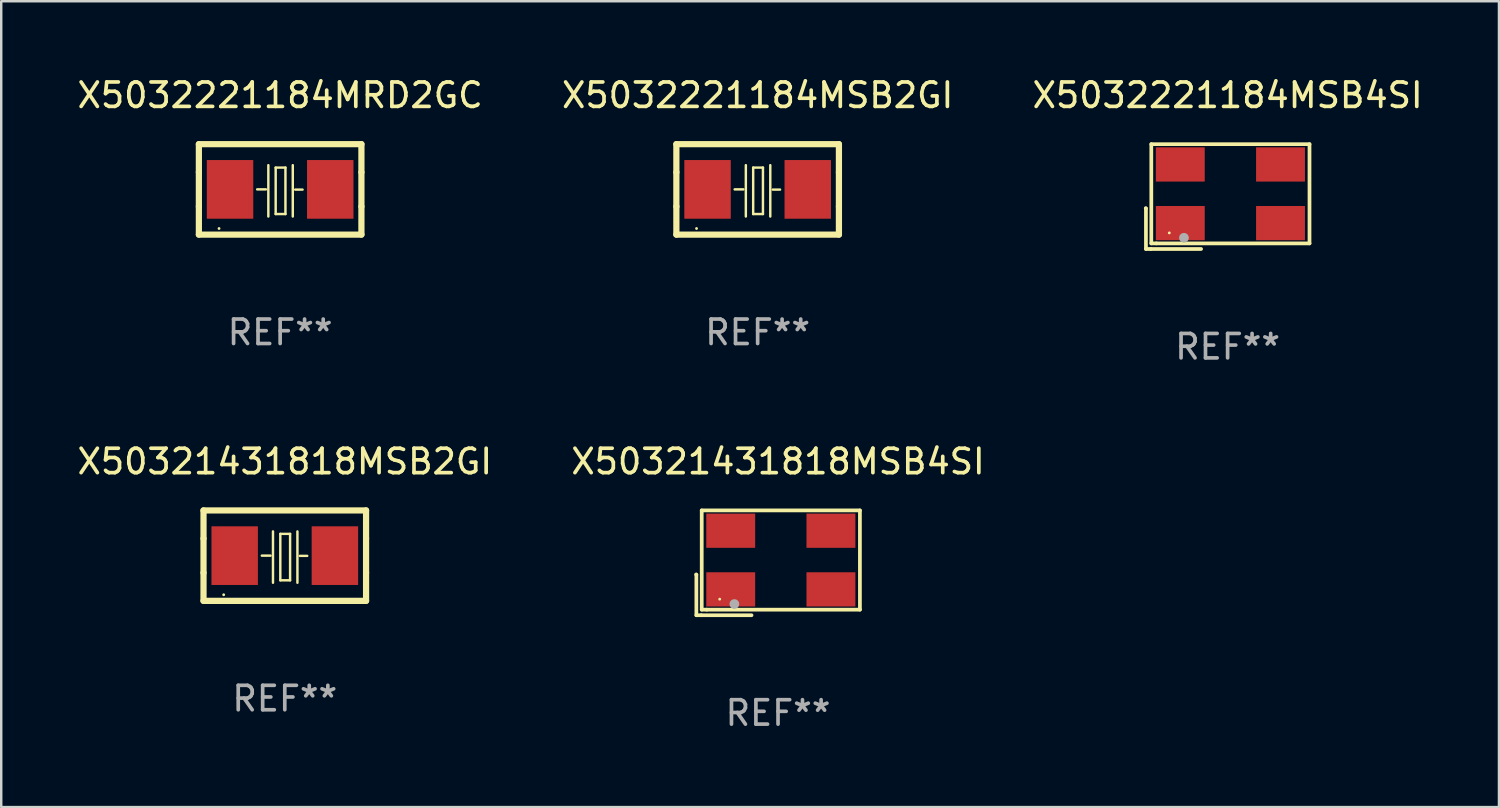
<source format=kicad_pcb>
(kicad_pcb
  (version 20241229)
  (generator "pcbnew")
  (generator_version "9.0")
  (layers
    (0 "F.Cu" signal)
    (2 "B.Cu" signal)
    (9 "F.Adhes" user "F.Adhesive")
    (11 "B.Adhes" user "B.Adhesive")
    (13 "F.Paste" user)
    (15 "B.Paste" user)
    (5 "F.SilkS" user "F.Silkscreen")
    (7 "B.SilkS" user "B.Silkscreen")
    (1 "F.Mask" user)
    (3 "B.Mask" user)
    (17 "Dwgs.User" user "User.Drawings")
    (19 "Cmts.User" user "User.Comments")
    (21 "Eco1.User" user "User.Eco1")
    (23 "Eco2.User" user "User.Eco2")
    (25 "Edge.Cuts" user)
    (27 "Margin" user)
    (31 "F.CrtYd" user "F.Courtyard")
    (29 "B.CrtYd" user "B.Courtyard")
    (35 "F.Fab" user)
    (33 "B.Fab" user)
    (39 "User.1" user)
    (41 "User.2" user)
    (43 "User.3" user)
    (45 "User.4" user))
  (footprint "X5032221184MSB4SI"
    (layer "F.Cu")
    (at 47.173 4.992)
    (property "Reference" "X5032221184MSB4SI" (at 0 -4.144 0) (layer "F.SilkS") (effects (font (size 1 1) (thickness 0.15))))
    (attr through_hole)
    (fp_line (start -3.35 0.476) (end -3.341 0.485) (stroke (width 0.152) (type solid)) (layer "F.SilkS"))
    (fp_line (start -3.341 0.485) (end -3.341 2.144) (stroke (width 0.152) (type solid)) (layer "F.SilkS"))
    (fp_line (start -3.341 2.144) (end -3.143 2.144) (stroke (width 0.152) (type solid)) (layer "F.SilkS"))
    (fp_line (start -3.143 2.144) (end -1.085 2.144) (stroke (width 0.152) (type solid)) (layer "F.SilkS"))
    (fp_line (start -3.122 -2.144) (end 3.35 -2.144) (stroke (width 0.152) (type solid)) (layer "F.SilkS"))
    (fp_line (start -3.122 1.915) (end -3.122 -2.144) (stroke (width 0.152) (type solid)) (layer "F.SilkS"))
    (fp_line (start -2.914 1.915) (end -3.122 1.915) (stroke (width 0.152) (type solid)) (layer "F.SilkS"))
    (fp_line (start 3.35 -2.144) (end 3.35 1.915) (stroke (width 0.152) (type solid)) (layer "F.SilkS"))
    (fp_line (start 3.35 1.915) (end -2.914 1.915) (stroke (width 0.152) (type solid)) (layer "F.SilkS"))
    (fp_circle (center -2.386 1.486) (end -2.356 1.486) (stroke (width 0.06) (type solid)) (fill no) (layer "F.SilkS"))
    (fp_circle (center -1.786 1.686) (end -1.686 1.686) (stroke (width 0.2) (type solid)) (fill no) (layer "F.Fab"))
    (fp_text user "REF**" (at 0 6.144 0) (layer "F.Fab") (effects (font (size 1 1) (thickness 0.15))))
    (pad "1" smd rect (at -1.936 1.086) (size 2 1.4) (layers "F.Cu" "F.Mask" "F.Paste"))
    (pad "2" smd rect (at 2.164 1.086) (size 2 1.4) (layers "F.Cu" "F.Mask" "F.Paste"))
    (pad "3" smd rect (at 2.164 -1.314) (size 2 1.4) (layers "F.Cu" "F.Mask" "F.Paste"))
    (pad "4" smd rect (at -1.936 -1.314) (size 2 1.4) (layers "F.Cu" "F.Mask" "F.Paste")))
  (footprint "X5032221184MRD2GC"
    (layer "F.Cu")
    (at 8.411 4.698)
    (property "Reference" "X5032221184MRD2GC" (at 0 -3.85 0) (layer "F.SilkS") (effects (font (size 1 1) (thickness 0.15))))
    (attr through_hole)
    (fp_line (start -3.325 0.7) (end -3.325 -0.7) (stroke (width 0.254) (type solid)) (layer "F.SilkS"))
    (fp_line (start -3.325 -1.85) (end 3.325 -1.85) (stroke (width 0.254) (type solid)) (layer "F.SilkS"))
    (fp_line (start -3.325 -0.7) (end -3.325 -1.85) (stroke (width 0.254) (type solid)) (layer "F.SilkS"))
    (fp_line (start -3.325 1.85) (end -3.325 0.7) (stroke (width 0.254) (type solid)) (layer "F.SilkS"))
    (fp_line (start -0.94 -0.000127) (end -0.584 -0.000127) (stroke (width 0.1) (type solid)) (layer "F.SilkS"))
    (fp_line (start -0.483 -0.991) (end -0.483 1.109) (stroke (width 0.1) (type solid)) (layer "F.SilkS"))
    (fp_line (start -0.183 -0.891) (end -0.183 1.009) (stroke (width 0.1) (type solid)) (layer "F.SilkS"))
    (fp_line (start -0.183 1.009) (end 0.217 1.009) (stroke (width 0.1) (type solid)) (layer "F.SilkS"))
    (fp_line (start 0.217 -0.891) (end -0.183 -0.891) (stroke (width 0.1) (type solid)) (layer "F.SilkS"))
    (fp_line (start 0.217 1.009) (end 0.217 -0.891) (stroke (width 0.1) (type solid)) (layer "F.SilkS"))
    (fp_line (start 0.517 -0.991) (end 0.517 1.109) (stroke (width 0.1) (type solid)) (layer "F.SilkS"))
    (fp_line (start 0.617 0.009) (end 0.917 0.009) (stroke (width 0.1) (type solid)) (layer "F.SilkS"))
    (fp_line (start 3.325 -1.85) (end 3.325 -0.7) (stroke (width 0.254) (type solid)) (layer "F.SilkS"))
    (fp_line (start 3.325 0.7) (end 3.325 1.85) (stroke (width 0.254) (type solid)) (layer "F.SilkS"))
    (fp_line (start 3.325 1.85) (end -3.325 1.85) (stroke (width 0.254) (type solid)) (layer "F.SilkS"))
    (fp_line (start 3.325 -0.7) (end 3.325 0.7) (stroke (width 0.254) (type solid)) (layer "F.SilkS"))
    (fp_circle (center -2.5 1.6) (end -2.47 1.6) (stroke (width 0.06) (type solid)) (fill no) (layer "F.SilkS"))
    (fp_text user "REF**" (at 0 5.85 0) (layer "F.Fab") (effects (font (size 1 1) (thickness 0.15))))
    (pad "1" smd rect (at -2.05 -0.000127) (size 1.9 2.4) (layers "F.Cu" "F.Mask" "F.Paste"))
    (pad "2" smd rect (at 2.05 -0.000127) (size 1.9 2.4) (layers "F.Cu" "F.Mask" "F.Paste")))
  (footprint "X50321431818MSB2GI"
    (layer "F.Cu")
    (at 8.601 19.682)
    (property "Reference" "X50321431818MSB2GI" (at 0 -3.85 0) (layer "F.SilkS") (effects (font (size 1 1) (thickness 0.15))))
    (attr through_hole)
    (fp_line (start -3.325 0.7) (end -3.325 -0.7) (stroke (width 0.254) (type solid)) (layer "F.SilkS"))
    (fp_line (start -3.325 -1.85) (end 3.325 -1.85) (stroke (width 0.254) (type solid)) (layer "F.SilkS"))
    (fp_line (start -3.325 -0.7) (end -3.325 -1.85) (stroke (width 0.254) (type solid)) (layer "F.SilkS"))
    (fp_line (start -3.325 1.85) (end -3.325 0.7) (stroke (width 0.254) (type solid)) (layer "F.SilkS"))
    (fp_line (start -0.94 -0.000127) (end -0.584 -0.000127) (stroke (width 0.1) (type solid)) (layer "F.SilkS"))
    (fp_line (start -0.483 -0.991) (end -0.483 1.109) (stroke (width 0.1) (type solid)) (layer "F.SilkS"))
    (fp_line (start -0.183 -0.891) (end -0.183 1.009) (stroke (width 0.1) (type solid)) (layer "F.SilkS"))
    (fp_line (start -0.183 1.009) (end 0.217 1.009) (stroke (width 0.1) (type solid)) (layer "F.SilkS"))
    (fp_line (start 0.217 -0.891) (end -0.183 -0.891) (stroke (width 0.1) (type solid)) (layer "F.SilkS"))
    (fp_line (start 0.217 1.009) (end 0.217 -0.891) (stroke (width 0.1) (type solid)) (layer "F.SilkS"))
    (fp_line (start 0.517 -0.991) (end 0.517 1.109) (stroke (width 0.1) (type solid)) (layer "F.SilkS"))
    (fp_line (start 0.617 0.009) (end 0.917 0.009) (stroke (width 0.1) (type solid)) (layer "F.SilkS"))
    (fp_line (start 3.325 -1.85) (end 3.325 -0.7) (stroke (width 0.254) (type solid)) (layer "F.SilkS"))
    (fp_line (start 3.325 0.7) (end 3.325 1.85) (stroke (width 0.254) (type solid)) (layer "F.SilkS"))
    (fp_line (start 3.325 1.85) (end -3.325 1.85) (stroke (width 0.254) (type solid)) (layer "F.SilkS"))
    (fp_line (start 3.325 -0.7) (end 3.325 0.7) (stroke (width 0.254) (type solid)) (layer "F.SilkS"))
    (fp_circle (center -2.5 1.6) (end -2.47 1.6) (stroke (width 0.06) (type solid)) (fill no) (layer "F.SilkS"))
    (fp_text user "REF**" (at 0 5.85 0) (layer "F.Fab") (effects (font (size 1 1) (thickness 0.15))))
    (pad "1" smd rect (at -2.05 -0.000127) (size 1.9 2.4) (layers "F.Cu" "F.Mask" "F.Paste"))
    (pad "2" smd rect (at 2.05 -0.000127) (size 1.9 2.4) (layers "F.Cu" "F.Mask" "F.Paste")))
  (footprint "X5032221184MSB2GI"
    (layer "F.Cu")
    (at 27.946 4.698)
    (property "Reference" "X5032221184MSB2GI" (at 0 -3.85 0) (layer "F.SilkS") (effects (font (size 1 1) (thickness 0.15))))
    (attr through_hole)
    (fp_line (start -3.325 0.7) (end -3.325 -0.7) (stroke (width 0.254) (type solid)) (layer "F.SilkS"))
    (fp_line (start -3.325 -1.85) (end 3.325 -1.85) (stroke (width 0.254) (type solid)) (layer "F.SilkS"))
    (fp_line (start -3.325 -0.7) (end -3.325 -1.85) (stroke (width 0.254) (type solid)) (layer "F.SilkS"))
    (fp_line (start -3.325 1.85) (end -3.325 0.7) (stroke (width 0.254) (type solid)) (layer "F.SilkS"))
    (fp_line (start -0.94 -0.000127) (end -0.584 -0.000127) (stroke (width 0.1) (type solid)) (layer "F.SilkS"))
    (fp_line (start -0.483 -0.991) (end -0.483 1.109) (stroke (width 0.1) (type solid)) (layer "F.SilkS"))
    (fp_line (start -0.183 -0.891) (end -0.183 1.009) (stroke (width 0.1) (type solid)) (layer "F.SilkS"))
    (fp_line (start -0.183 1.009) (end 0.217 1.009) (stroke (width 0.1) (type solid)) (layer "F.SilkS"))
    (fp_line (start 0.217 -0.891) (end -0.183 -0.891) (stroke (width 0.1) (type solid)) (layer "F.SilkS"))
    (fp_line (start 0.217 1.009) (end 0.217 -0.891) (stroke (width 0.1) (type solid)) (layer "F.SilkS"))
    (fp_line (start 0.517 -0.991) (end 0.517 1.109) (stroke (width 0.1) (type solid)) (layer "F.SilkS"))
    (fp_line (start 0.617 0.009) (end 0.917 0.009) (stroke (width 0.1) (type solid)) (layer "F.SilkS"))
    (fp_line (start 3.325 -1.85) (end 3.325 -0.7) (stroke (width 0.254) (type solid)) (layer "F.SilkS"))
    (fp_line (start 3.325 0.7) (end 3.325 1.85) (stroke (width 0.254) (type solid)) (layer "F.SilkS"))
    (fp_line (start 3.325 1.85) (end -3.325 1.85) (stroke (width 0.254) (type solid)) (layer "F.SilkS"))
    (fp_line (start 3.325 -0.7) (end 3.325 0.7) (stroke (width 0.254) (type solid)) (layer "F.SilkS"))
    (fp_circle (center -2.5 1.6) (end -2.47 1.6) (stroke (width 0.06) (type solid)) (fill no) (layer "F.SilkS"))
    (fp_text user "REF**" (at 0 5.85 0) (layer "F.Fab") (effects (font (size 1 1) (thickness 0.15))))
    (pad "1" smd rect (at -2.05 -0.000127) (size 1.9 2.4) (layers "F.Cu" "F.Mask" "F.Paste"))
    (pad "2" smd rect (at 2.05 -0.000127) (size 1.9 2.4) (layers "F.Cu" "F.Mask" "F.Paste")))
  (footprint "X50321431818MSB4SI"
    (layer "F.Cu")
    (at 28.78 19.976)
    (property "Reference" "X50321431818MSB4SI" (at 0 -4.144 0) (layer "F.SilkS") (effects (font (size 1 1) (thickness 0.15))))
    (attr through_hole)
    (fp_line (start -3.35 0.476) (end -3.341 0.485) (stroke (width 0.152) (type solid)) (layer "F.SilkS"))
    (fp_line (start -3.341 0.485) (end -3.341 2.144) (stroke (width 0.152) (type solid)) (layer "F.SilkS"))
    (fp_line (start -3.341 2.144) (end -3.143 2.144) (stroke (width 0.152) (type solid)) (layer "F.SilkS"))
    (fp_line (start -3.143 2.144) (end -1.085 2.144) (stroke (width 0.152) (type solid)) (layer "F.SilkS"))
    (fp_line (start -3.122 -2.144) (end 3.35 -2.144) (stroke (width 0.152) (type solid)) (layer "F.SilkS"))
    (fp_line (start -3.122 1.915) (end -3.122 -2.144) (stroke (width 0.152) (type solid)) (layer "F.SilkS"))
    (fp_line (start -2.914 1.915) (end -3.122 1.915) (stroke (width 0.152) (type solid)) (layer "F.SilkS"))
    (fp_line (start 3.35 -2.144) (end 3.35 1.915) (stroke (width 0.152) (type solid)) (layer "F.SilkS"))
    (fp_line (start 3.35 1.915) (end -2.914 1.915) (stroke (width 0.152) (type solid)) (layer "F.SilkS"))
    (fp_circle (center -2.386 1.486) (end -2.356 1.486) (stroke (width 0.06) (type solid)) (fill no) (layer "F.SilkS"))
    (fp_circle (center -1.786 1.686) (end -1.686 1.686) (stroke (width 0.2) (type solid)) (fill no) (layer "F.Fab"))
    (fp_text user "REF**" (at 0 6.144 0) (layer "F.Fab") (effects (font (size 1 1) (thickness 0.15))))
    (pad "1" smd rect (at -1.936 1.086) (size 2 1.4) (layers "F.Cu" "F.Mask" "F.Paste"))
    (pad "2" smd rect (at 2.164 1.086) (size 2 1.4) (layers "F.Cu" "F.Mask" "F.Paste"))
    (pad "3" smd rect (at 2.164 -1.314) (size 2 1.4) (layers "F.Cu" "F.Mask" "F.Paste"))
    (pad "4" smd rect (at -1.936 -1.314) (size 2 1.4) (layers "F.Cu" "F.Mask" "F.Paste")))
  (gr_rect
    (start -3 -3)
    (end 58.274 29.968)
    (stroke (width 0.1) (type default))
    (fill no)
    (layer "Edge.Cuts")))
</source>
